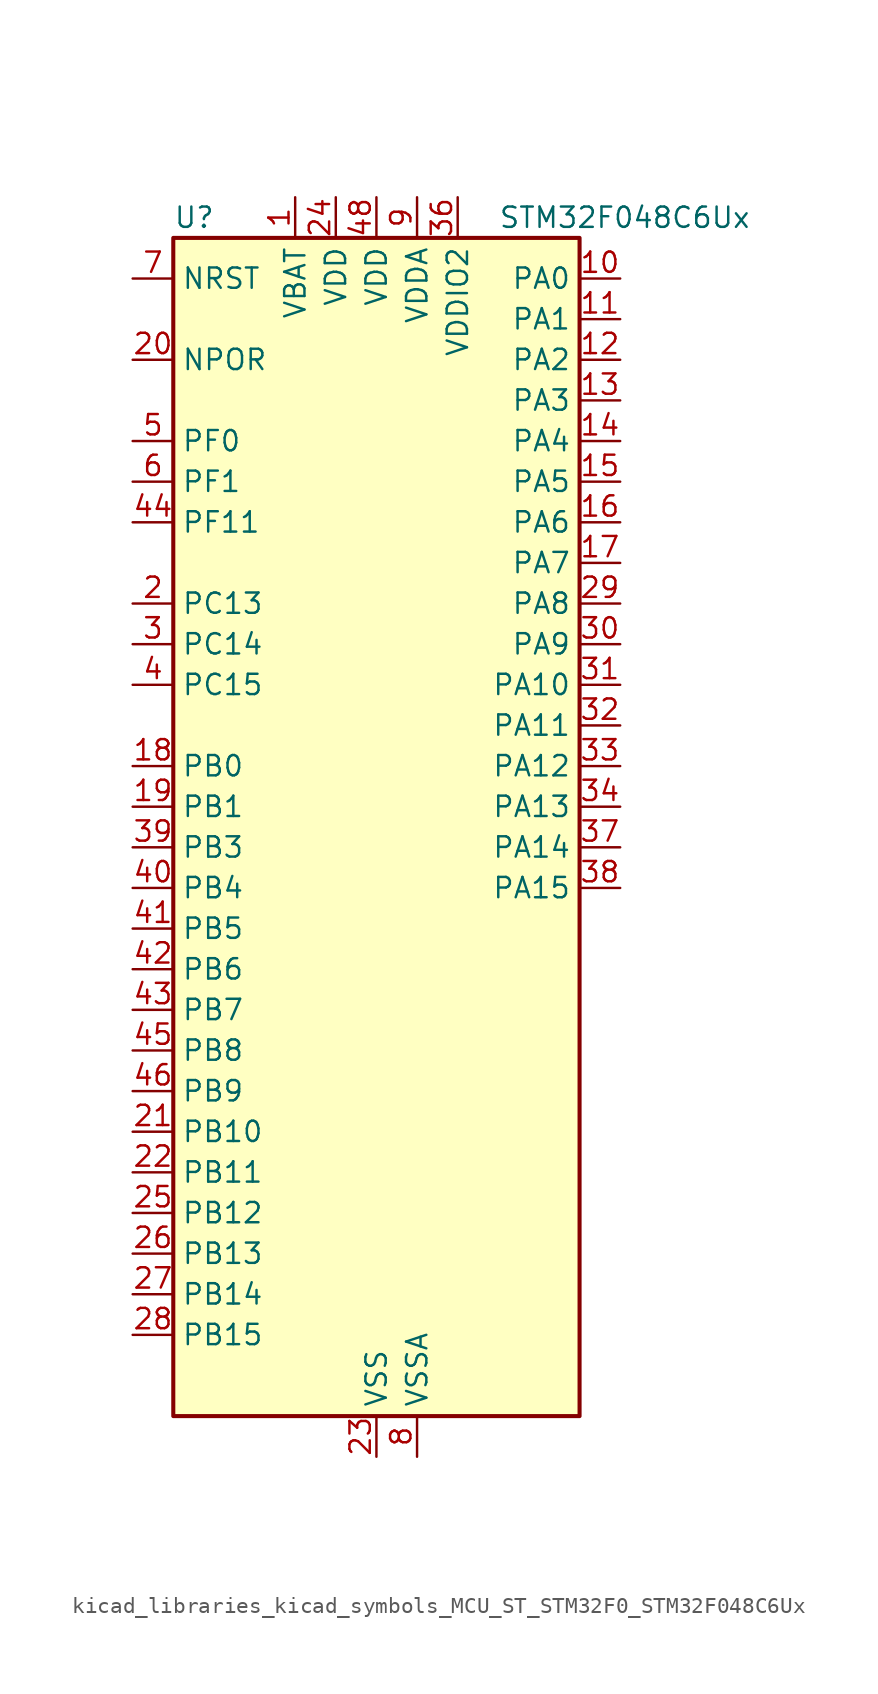
<source format=kicad_sym>
(kicad_symbol_lib
  (version 20220914)
  (generator kicad_symbol_editor)
  (symbol "kicad_libraries_kicad_symbols_MCU_ST_STM32F0_STM32F048C6Ux"
    (property "Reference" "U"
      (at -12.7 39.37 0)
      (effects (font (size 1.27 1.27)) (justify left)))
    (property "Value" "STM32F048C6Ux"
      (at 7.62 39.37 0)
      (effects (font (size 1.27 1.27)) (justify left)))
    (property "ki_locked" ""
      (at 0 0 0)
      (effects (font (size 1.27 1.27))))
    (symbol "kicad_libraries_kicad_symbols_MCU_ST_STM32F0_STM32F048C6Ux_0_1"
      (rectangle (start -12.7 -35.56) (end 12.7 38.1) (stroke (width 0.254) (type default)) (fill (type background))))
    (symbol "kicad_libraries_kicad_symbols_MCU_ST_STM32F0_STM32F048C6Ux_1_1"
      (pin power_in line (at -5.08 40.64 270) (length 2.54) (name "VBAT" (effects (font (size 1.27 1.27)))) (number "1" (effects (font (size 1.27 1.27)))))
      (pin bidirectional line (at 15.24 35.56 180) (length 2.54) (name "PA0" (effects (font (size 1.27 1.27)))) (number "10" (effects (font (size 1.27 1.27)))) (alternate "ADC_IN0" bidirectional line) (alternate "RTC_TAMP2" bidirectional line) (alternate "SYS_WKUP1" bidirectional line) (alternate "TIM2_CH1" bidirectional line) (alternate "TIM2_ETR" bidirectional line) (alternate "TSC_G1_IO1" bidirectional line) (alternate "USART2_CTS" bidirectional line))
      (pin bidirectional line (at 15.24 33.02 180) (length 2.54) (name "PA1" (effects (font (size 1.27 1.27)))) (number "11" (effects (font (size 1.27 1.27)))) (alternate "ADC_IN1" bidirectional line) (alternate "TIM2_CH2" bidirectional line) (alternate "TSC_G1_IO2" bidirectional line) (alternate "USART2_DE" bidirectional line) (alternate "USART2_RTS" bidirectional line))
      (pin bidirectional line (at 15.24 30.48 180) (length 2.54) (name "PA2" (effects (font (size 1.27 1.27)))) (number "12" (effects (font (size 1.27 1.27)))) (alternate "ADC_IN2" bidirectional line) (alternate "SYS_WKUP4" bidirectional line) (alternate "TIM2_CH3" bidirectional line) (alternate "TSC_G1_IO3" bidirectional line) (alternate "USART2_TX" bidirectional line))
      (pin bidirectional line (at 15.24 27.94 180) (length 2.54) (name "PA3" (effects (font (size 1.27 1.27)))) (number "13" (effects (font (size 1.27 1.27)))) (alternate "ADC_IN3" bidirectional line) (alternate "TIM2_CH4" bidirectional line) (alternate "TSC_G1_IO4" bidirectional line) (alternate "USART2_RX" bidirectional line))
      (pin bidirectional line (at 15.24 25.4 180) (length 2.54) (name "PA4" (effects (font (size 1.27 1.27)))) (number "14" (effects (font (size 1.27 1.27)))) (alternate "ADC_IN4" bidirectional line) (alternate "I2S1_WS" bidirectional line) (alternate "SPI1_NSS" bidirectional line) (alternate "TIM14_CH1" bidirectional line) (alternate "TSC_G2_IO1" bidirectional line) (alternate "USART2_CK" bidirectional line) (alternate "USB_NOE" bidirectional line))
      (pin bidirectional line (at 15.24 22.86 180) (length 2.54) (name "PA5" (effects (font (size 1.27 1.27)))) (number "15" (effects (font (size 1.27 1.27)))) (alternate "ADC_IN5" bidirectional line) (alternate "CEC" bidirectional line) (alternate "I2S1_CK" bidirectional line) (alternate "SPI1_SCK" bidirectional line) (alternate "TIM2_CH1" bidirectional line) (alternate "TIM2_ETR" bidirectional line) (alternate "TSC_G2_IO2" bidirectional line))
      (pin bidirectional line (at 15.24 20.32 180) (length 2.54) (name "PA6" (effects (font (size 1.27 1.27)))) (number "16" (effects (font (size 1.27 1.27)))) (alternate "ADC_IN6" bidirectional line) (alternate "I2S1_MCK" bidirectional line) (alternate "SPI1_MISO" bidirectional line) (alternate "TIM16_CH1" bidirectional line) (alternate "TIM1_BKIN" bidirectional line) (alternate "TIM3_CH1" bidirectional line) (alternate "TSC_G2_IO3" bidirectional line))
      (pin bidirectional line (at 15.24 17.78 180) (length 2.54) (name "PA7" (effects (font (size 1.27 1.27)))) (number "17" (effects (font (size 1.27 1.27)))) (alternate "ADC_IN7" bidirectional line) (alternate "I2S1_SD" bidirectional line) (alternate "SPI1_MOSI" bidirectional line) (alternate "TIM14_CH1" bidirectional line) (alternate "TIM17_CH1" bidirectional line) (alternate "TIM1_CH1N" bidirectional line) (alternate "TIM3_CH2" bidirectional line) (alternate "TSC_G2_IO4" bidirectional line))
      (pin bidirectional line (at -15.24 5.08 0) (length 2.54) (name "PB0" (effects (font (size 1.27 1.27)))) (number "18" (effects (font (size 1.27 1.27)))) (alternate "ADC_IN8" bidirectional line) (alternate "TIM1_CH2N" bidirectional line) (alternate "TIM3_CH3" bidirectional line) (alternate "TSC_G3_IO2" bidirectional line))
      (pin bidirectional line (at -15.24 2.54 0) (length 2.54) (name "PB1" (effects (font (size 1.27 1.27)))) (number "19" (effects (font (size 1.27 1.27)))) (alternate "ADC_IN9" bidirectional line) (alternate "TIM14_CH1" bidirectional line) (alternate "TIM1_CH3N" bidirectional line) (alternate "TIM3_CH4" bidirectional line) (alternate "TSC_G3_IO3" bidirectional line))
      (pin bidirectional line (at -15.24 15.24 0) (length 2.54) (name "PC13" (effects (font (size 1.27 1.27)))) (number "2" (effects (font (size 1.27 1.27)))) (alternate "RTC_OUT_ALARM" bidirectional line) (alternate "RTC_OUT_CALIB" bidirectional line) (alternate "RTC_TAMP1" bidirectional line) (alternate "RTC_TS" bidirectional line) (alternate "SYS_WKUP2" bidirectional line))
      (pin input line (at -15.24 30.48 0) (length 2.54) (name "NPOR" (effects (font (size 1.27 1.27)))) (number "20" (effects (font (size 1.27 1.27)))))
      (pin bidirectional line (at -15.24 -17.78 0) (length 2.54) (name "PB10" (effects (font (size 1.27 1.27)))) (number "21" (effects (font (size 1.27 1.27)))) (alternate "CEC" bidirectional line) (alternate "I2C1_SCL" bidirectional line) (alternate "SPI2_SCK" bidirectional line) (alternate "TIM2_CH3" bidirectional line) (alternate "TSC_SYNC" bidirectional line))
      (pin bidirectional line (at -15.24 -20.32 0) (length 2.54) (name "PB11" (effects (font (size 1.27 1.27)))) (number "22" (effects (font (size 1.27 1.27)))) (alternate "I2C1_SDA" bidirectional line) (alternate "TIM2_CH4" bidirectional line))
      (pin power_in line (at 0 -38.1 90) (length 2.54) (name "VSS" (effects (font (size 1.27 1.27)))) (number "23" (effects (font (size 1.27 1.27)))))
      (pin power_in line (at -2.54 40.64 270) (length 2.54) (name "VDD" (effects (font (size 1.27 1.27)))) (number "24" (effects (font (size 1.27 1.27)))))
      (pin bidirectional line (at -15.24 -22.86 0) (length 2.54) (name "PB12" (effects (font (size 1.27 1.27)))) (number "25" (effects (font (size 1.27 1.27)))) (alternate "SPI2_NSS" bidirectional line) (alternate "TIM1_BKIN" bidirectional line))
      (pin bidirectional line (at -15.24 -25.4 0) (length 2.54) (name "PB13" (effects (font (size 1.27 1.27)))) (number "26" (effects (font (size 1.27 1.27)))) (alternate "I2C1_SCL" bidirectional line) (alternate "SPI2_SCK" bidirectional line) (alternate "TIM1_CH1N" bidirectional line))
      (pin bidirectional line (at -15.24 -27.94 0) (length 2.54) (name "PB14" (effects (font (size 1.27 1.27)))) (number "27" (effects (font (size 1.27 1.27)))) (alternate "I2C1_SDA" bidirectional line) (alternate "SPI2_MISO" bidirectional line) (alternate "TIM1_CH2N" bidirectional line))
      (pin bidirectional line (at -15.24 -30.48 0) (length 2.54) (name "PB15" (effects (font (size 1.27 1.27)))) (number "28" (effects (font (size 1.27 1.27)))) (alternate "RTC_REFIN" bidirectional line) (alternate "SPI2_MOSI" bidirectional line) (alternate "SYS_WKUP7" bidirectional line) (alternate "TIM1_CH3N" bidirectional line))
      (pin bidirectional line (at 15.24 15.24 180) (length 2.54) (name "PA8" (effects (font (size 1.27 1.27)))) (number "29" (effects (font (size 1.27 1.27)))) (alternate "CRS_SYNC" bidirectional line) (alternate "RCC_MCO" bidirectional line) (alternate "TIM1_CH1" bidirectional line) (alternate "USART1_CK" bidirectional line))
      (pin bidirectional line (at -15.24 12.7 0) (length 2.54) (name "PC14" (effects (font (size 1.27 1.27)))) (number "3" (effects (font (size 1.27 1.27)))) (alternate "RCC_OSC32_IN" bidirectional line))
      (pin bidirectional line (at 15.24 12.7 180) (length 2.54) (name "PA9" (effects (font (size 1.27 1.27)))) (number "30" (effects (font (size 1.27 1.27)))) (alternate "I2C1_SCL" bidirectional line) (alternate "TIM1_CH2" bidirectional line) (alternate "TSC_G4_IO1" bidirectional line) (alternate "USART1_TX" bidirectional line))
      (pin bidirectional line (at 15.24 10.16 180) (length 2.54) (name "PA10" (effects (font (size 1.27 1.27)))) (number "31" (effects (font (size 1.27 1.27)))) (alternate "I2C1_SDA" bidirectional line) (alternate "TIM17_BKIN" bidirectional line) (alternate "TIM1_CH3" bidirectional line) (alternate "TSC_G4_IO2" bidirectional line) (alternate "USART1_RX" bidirectional line))
      (pin bidirectional line (at 15.24 7.62 180) (length 2.54) (name "PA11" (effects (font (size 1.27 1.27)))) (number "32" (effects (font (size 1.27 1.27)))) (alternate "I2C1_SCL" bidirectional line) (alternate "TIM1_CH4" bidirectional line) (alternate "TSC_G4_IO3" bidirectional line) (alternate "USART1_CTS" bidirectional line) (alternate "USB_DM" bidirectional line))
      (pin bidirectional line (at 15.24 5.08 180) (length 2.54) (name "PA12" (effects (font (size 1.27 1.27)))) (number "33" (effects (font (size 1.27 1.27)))) (alternate "I2C1_SDA" bidirectional line) (alternate "TIM1_ETR" bidirectional line) (alternate "TSC_G4_IO4" bidirectional line) (alternate "USART1_DE" bidirectional line) (alternate "USART1_RTS" bidirectional line) (alternate "USB_DP" bidirectional line))
      (pin bidirectional line (at 15.24 2.54 180) (length 2.54) (name "PA13" (effects (font (size 1.27 1.27)))) (number "34" (effects (font (size 1.27 1.27)))) (alternate "IR_OUT" bidirectional line) (alternate "SYS_SWDIO" bidirectional line) (alternate "USB_NOE" bidirectional line))
      (pin passive line (at 0 -38.1 90) (length 2.54) hide (name "VSS" (effects (font (size 1.27 1.27)))) (number "35" (effects (font (size 1.27 1.27)))))
      (pin power_in line (at 5.08 40.64 270) (length 2.54) (name "VDDIO2" (effects (font (size 1.27 1.27)))) (number "36" (effects (font (size 1.27 1.27)))))
      (pin bidirectional line (at 15.24 0 180) (length 2.54) (name "PA14" (effects (font (size 1.27 1.27)))) (number "37" (effects (font (size 1.27 1.27)))) (alternate "SYS_SWCLK" bidirectional line) (alternate "USART2_TX" bidirectional line))
      (pin bidirectional line (at 15.24 -2.54 180) (length 2.54) (name "PA15" (effects (font (size 1.27 1.27)))) (number "38" (effects (font (size 1.27 1.27)))) (alternate "I2S1_WS" bidirectional line) (alternate "SPI1_NSS" bidirectional line) (alternate "TIM2_CH1" bidirectional line) (alternate "TIM2_ETR" bidirectional line) (alternate "USART2_RX" bidirectional line) (alternate "USB_NOE" bidirectional line))
      (pin bidirectional line (at -15.24 0 0) (length 2.54) (name "PB3" (effects (font (size 1.27 1.27)))) (number "39" (effects (font (size 1.27 1.27)))) (alternate "I2S1_CK" bidirectional line) (alternate "SPI1_SCK" bidirectional line) (alternate "TIM2_CH2" bidirectional line) (alternate "TSC_G5_IO1" bidirectional line))
      (pin bidirectional line (at -15.24 10.16 0) (length 2.54) (name "PC15" (effects (font (size 1.27 1.27)))) (number "4" (effects (font (size 1.27 1.27)))) (alternate "RCC_OSC32_OUT" bidirectional line))
      (pin bidirectional line (at -15.24 -2.54 0) (length 2.54) (name "PB4" (effects (font (size 1.27 1.27)))) (number "40" (effects (font (size 1.27 1.27)))) (alternate "I2S1_MCK" bidirectional line) (alternate "SPI1_MISO" bidirectional line) (alternate "TIM17_BKIN" bidirectional line) (alternate "TIM3_CH1" bidirectional line) (alternate "TSC_G5_IO2" bidirectional line))
      (pin bidirectional line (at -15.24 -5.08 0) (length 2.54) (name "PB5" (effects (font (size 1.27 1.27)))) (number "41" (effects (font (size 1.27 1.27)))) (alternate "I2C1_SMBA" bidirectional line) (alternate "I2S1_SD" bidirectional line) (alternate "SPI1_MOSI" bidirectional line) (alternate "SYS_WKUP6" bidirectional line) (alternate "TIM16_BKIN" bidirectional line) (alternate "TIM3_CH2" bidirectional line))
      (pin bidirectional line (at -15.24 -7.62 0) (length 2.54) (name "PB6" (effects (font (size 1.27 1.27)))) (number "42" (effects (font (size 1.27 1.27)))) (alternate "I2C1_SCL" bidirectional line) (alternate "TIM16_CH1N" bidirectional line) (alternate "TSC_G5_IO3" bidirectional line) (alternate "USART1_TX" bidirectional line))
      (pin bidirectional line (at -15.24 -10.16 0) (length 2.54) (name "PB7" (effects (font (size 1.27 1.27)))) (number "43" (effects (font (size 1.27 1.27)))) (alternate "I2C1_SDA" bidirectional line) (alternate "TIM17_CH1N" bidirectional line) (alternate "TSC_G5_IO4" bidirectional line) (alternate "USART1_RX" bidirectional line))
      (pin bidirectional line (at -15.24 20.32 0) (length 2.54) (name "PF11" (effects (font (size 1.27 1.27)))) (number "44" (effects (font (size 1.27 1.27)))))
      (pin bidirectional line (at -15.24 -12.7 0) (length 2.54) (name "PB8" (effects (font (size 1.27 1.27)))) (number "45" (effects (font (size 1.27 1.27)))) (alternate "CEC" bidirectional line) (alternate "I2C1_SCL" bidirectional line) (alternate "TIM16_CH1" bidirectional line) (alternate "TSC_SYNC" bidirectional line))
      (pin bidirectional line (at -15.24 -15.24 0) (length 2.54) (name "PB9" (effects (font (size 1.27 1.27)))) (number "46" (effects (font (size 1.27 1.27)))) (alternate "I2C1_SDA" bidirectional line) (alternate "IR_OUT" bidirectional line) (alternate "SPI2_NSS" bidirectional line) (alternate "TIM17_CH1" bidirectional line))
      (pin passive line (at 0 -38.1 90) (length 2.54) hide (name "VSS" (effects (font (size 1.27 1.27)))) (number "47" (effects (font (size 1.27 1.27)))))
      (pin power_in line (at 0 40.64 270) (length 2.54) (name "VDD" (effects (font (size 1.27 1.27)))) (number "48" (effects (font (size 1.27 1.27)))))
      (pin passive line (at 0 -38.1 90) (length 2.54) hide (name "VSS" (effects (font (size 1.27 1.27)))) (number "49" (effects (font (size 1.27 1.27)))))
      (pin bidirectional line (at -15.24 25.4 0) (length 2.54) (name "PF0" (effects (font (size 1.27 1.27)))) (number "5" (effects (font (size 1.27 1.27)))) (alternate "CRS_SYNC" bidirectional line) (alternate "I2C1_SDA" bidirectional line) (alternate "RCC_OSC_IN" bidirectional line))
      (pin bidirectional line (at -15.24 22.86 0) (length 2.54) (name "PF1" (effects (font (size 1.27 1.27)))) (number "6" (effects (font (size 1.27 1.27)))) (alternate "I2C1_SCL" bidirectional line) (alternate "RCC_OSC_OUT" bidirectional line))
      (pin input line (at -15.24 35.56 0) (length 2.54) (name "NRST" (effects (font (size 1.27 1.27)))) (number "7" (effects (font (size 1.27 1.27)))))
      (pin power_in line (at 2.54 -38.1 90) (length 2.54) (name "VSSA" (effects (font (size 1.27 1.27)))) (number "8" (effects (font (size 1.27 1.27)))))
      (pin power_in line (at 2.54 40.64 270) (length 2.54) (name "VDDA" (effects (font (size 1.27 1.27)))) (number "9" (effects (font (size 1.27 1.27))))))))
</source>
